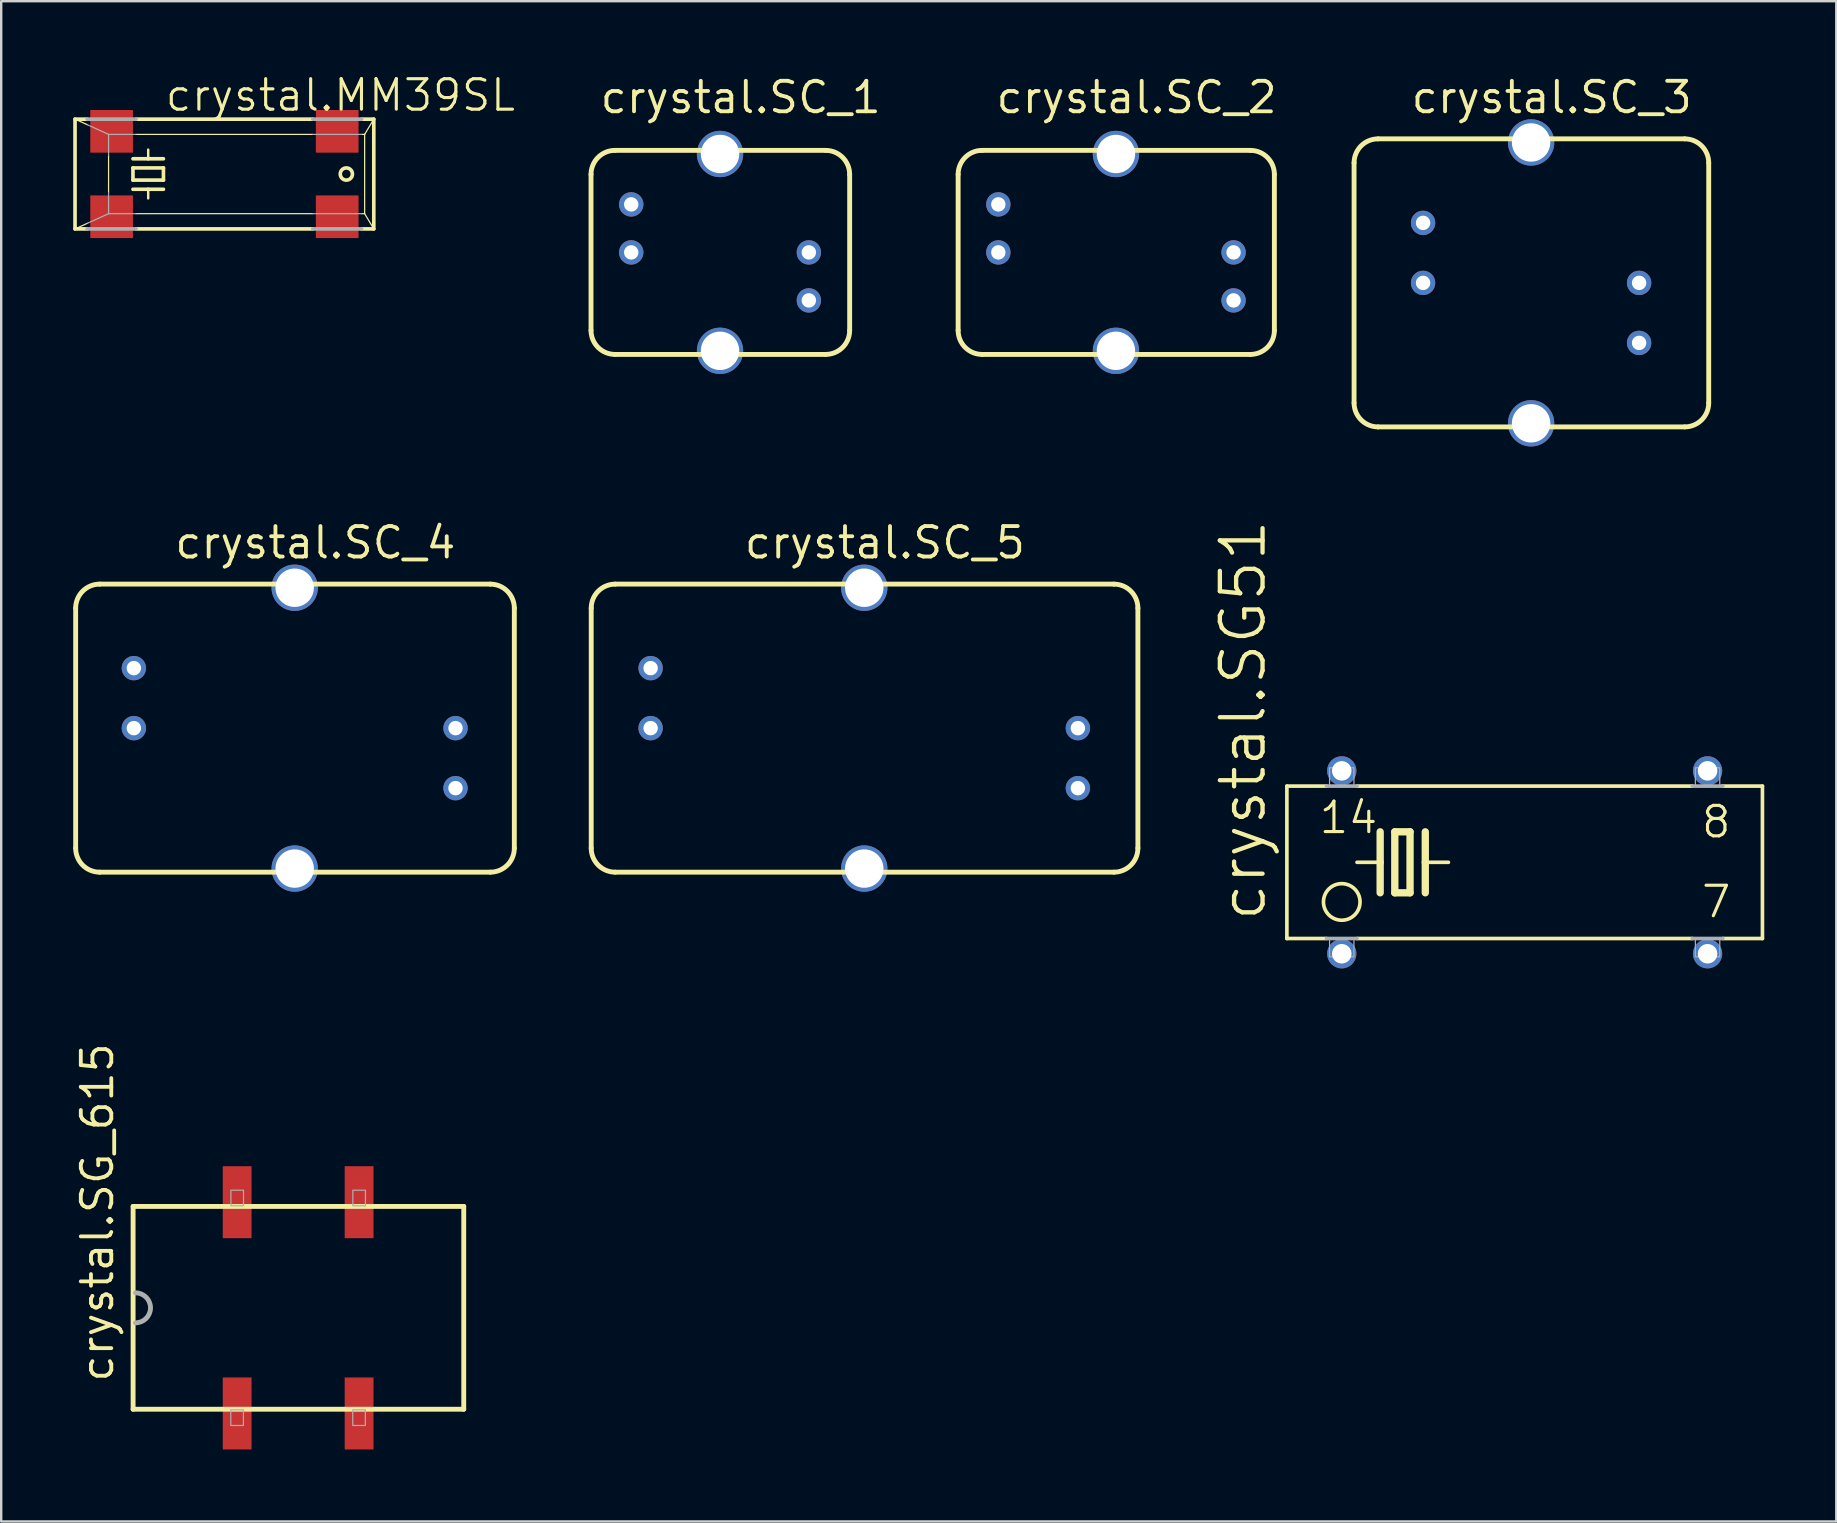
<source format=kicad_pcb>
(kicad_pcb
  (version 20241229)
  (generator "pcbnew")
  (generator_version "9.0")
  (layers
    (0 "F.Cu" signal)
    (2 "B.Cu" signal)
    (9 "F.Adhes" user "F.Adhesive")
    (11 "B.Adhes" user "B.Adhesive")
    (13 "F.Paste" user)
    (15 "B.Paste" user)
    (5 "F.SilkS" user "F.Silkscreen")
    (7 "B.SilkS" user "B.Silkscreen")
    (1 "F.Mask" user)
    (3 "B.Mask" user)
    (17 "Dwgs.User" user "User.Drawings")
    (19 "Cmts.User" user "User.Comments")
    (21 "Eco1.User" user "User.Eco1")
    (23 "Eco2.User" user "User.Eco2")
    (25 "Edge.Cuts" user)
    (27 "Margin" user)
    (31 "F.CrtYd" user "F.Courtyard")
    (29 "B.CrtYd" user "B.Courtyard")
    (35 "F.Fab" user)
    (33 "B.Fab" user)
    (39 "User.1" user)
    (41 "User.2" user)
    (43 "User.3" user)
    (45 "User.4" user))
  (footprint "crystal.SC_4"
    (layer "F.Cu")
    (at 9.227 27.285)
    (property "Reference" "crystal.SC_4" (at -5.08 -6.985 0) (layer "F.SilkS") (effects (font (size 1.27 1.27) (thickness 0.16)) (justify left bottom)))
    (attr through_hole)
    (fp_line (start -9.125 -5) (end -9.125 5) (stroke (width 0.203) (type default)) (layer "F.SilkS"))
    (fp_line (start -8.125 6) (end 8.15 6) (stroke (width 0.203) (type default)) (layer "F.SilkS"))
    (fp_line (start 8.15 -6) (end -8.125 -6) (stroke (width 0.203) (type default)) (layer "F.SilkS"))
    (fp_line (start 9.15 5) (end 9.15 -5) (stroke (width 0.203) (type default)) (layer "F.SilkS"))
    (fp_arc (start -9.125 -5) (mid -8.832107 -5.707107) (end -8.125 -6) (stroke (width 0.2032) (type default)) (layer "F.SilkS"))
    (fp_arc (start -8.125 6) (mid -8.832107 5.707107) (end -9.125 5) (stroke (width 0.2032) (type default)) (layer "F.SilkS"))
    (fp_arc (start 8.15 -6) (mid 8.857107 -5.707107) (end 9.15 -5) (stroke (width 0.2032) (type default)) (layer "F.SilkS"))
    (fp_arc (start 9.15 5) (mid 8.857107 5.707107) (end 8.15 6) (stroke (width 0.2032) (type default)) (layer "F.SilkS"))
    (pad "1" thru_hole circle (at -6.7 -2.5) (size 1.016 1.016) (drill 0.6) (layers "*.Cu" "*.Mask"))
    (pad "2" thru_hole circle (at -6.7 0) (size 1.016 1.016) (drill 0.6) (layers "*.Cu" "*.Mask"))
    (pad "3" thru_hole circle (at 6.7 0 180) (size 1.016 1.016) (drill 0.6) (layers "*.Cu" "*.Mask"))
    (pad "4" thru_hole circle (at 6.7 2.5 180) (size 1.016 1.016) (drill 0.6) (layers "*.Cu" "*.Mask"))
    (pad "S@1" thru_hole circle (at 0 -5.85) (size 1.93 1.93) (drill 1.6) (layers "*.Cu" "*.Mask"))
    (pad "S@2" thru_hole circle (at 0 5.85) (size 1.93 1.93) (drill 1.6) (layers "*.Cu" "*.Mask")))
  (footprint "crystal.SG_615"
    (layer "F.Cu")
    (at 9.37 51.435)
    (property "Reference" "crystal.SG_615" (at -7.62 3.175 90) (layer "F.SilkS") (effects (font (size 1.27 1.27) (thickness 0.16)) (justify left bottom)))
    (attr smd)
    (fp_line (start -6.875 -4.225) (end 6.9 -4.225) (stroke (width 0.203) (type default)) (layer "F.SilkS"))
    (fp_line (start -6.875 4.225) (end -6.875 -4.225) (stroke (width 0.203) (type default)) (layer "F.SilkS"))
    (fp_line (start 6.9 -4.225) (end 6.9 4.225) (stroke (width 0.203) (type default)) (layer "F.SilkS"))
    (fp_line (start 6.9 4.225) (end -6.875 4.225) (stroke (width 0.203) (type default)) (layer "F.SilkS"))
    (fp_rect (start -2.805 4.9) (end -2.28 4.25) (stroke (width 0.05) (type default)) (fill no) (layer "F.Fab"))
    (fp_rect (start -2.8 -4.25) (end -2.275 -4.9) (stroke (width 0.05) (type default)) (fill no) (layer "F.Fab"))
    (fp_rect (start 2.275 4.9) (end 2.8 4.25) (stroke (width 0.05) (type default)) (fill no) (layer "F.Fab"))
    (fp_rect (start 2.28 -4.25) (end 2.805 -4.9) (stroke (width 0.05) (type default)) (fill no) (layer "F.Fab"))
    (fp_arc (start -6.775 -0.625) (mid -6.15 0) (end -6.775 0.625) (stroke (width 0.2032) (type default)) (layer "F.Fab"))
    (pad "1" smd roundrect (at -2.54 4.4 90) (size 3 1.2) (layers "F.Cu" "F.Mask" "F.Paste") (roundrect_rratio 0.01))
    (pad "2" smd roundrect (at 2.54 4.4 270) (size 3 1.2) (layers "F.Cu" "F.Mask" "F.Paste") (roundrect_rratio 0.01))
    (pad "3" smd roundrect (at 2.54 -4.4 270) (size 3 1.2) (layers "F.Cu" "F.Mask" "F.Paste") (roundrect_rratio 0.01))
    (pad "4" smd roundrect (at -2.54 -4.4 90) (size 3 1.2) (layers "F.Cu" "F.Mask" "F.Paste") (roundrect_rratio 0.01)))
  (footprint "crystal.SC_1"
    (layer "F.Cu")
    (at 26.947 7.465)
    (property "Reference" "crystal.SC_1" (at -5.08 -5.715 0) (layer "F.SilkS") (effects (font (size 1.27 1.27) (thickness 0.16)) (justify left bottom)))
    (attr through_hole)
    (fp_line (start -5.375 -3.25) (end -5.375 3.25) (stroke (width 0.203) (type default)) (layer "F.SilkS"))
    (fp_line (start -4.375 4.25) (end 4.4 4.25) (stroke (width 0.203) (type default)) (layer "F.SilkS"))
    (fp_line (start 4.4 -4.25) (end -4.375 -4.25) (stroke (width 0.203) (type default)) (layer "F.SilkS"))
    (fp_line (start 5.4 3.25) (end 5.4 -3.25) (stroke (width 0.203) (type default)) (layer "F.SilkS"))
    (fp_arc (start -5.375 -3.25) (mid -5.082107 -3.957107) (end -4.375 -4.25) (stroke (width 0.2032) (type default)) (layer "F.SilkS"))
    (fp_arc (start -4.375 4.25) (mid -5.082107 3.957107) (end -5.375 3.25) (stroke (width 0.2032) (type default)) (layer "F.SilkS"))
    (fp_arc (start 4.4 -4.25) (mid 5.107107 -3.957107) (end 5.4 -3.25) (stroke (width 0.2032) (type default)) (layer "F.SilkS"))
    (fp_arc (start 5.4 3.25) (mid 5.107107 3.957107) (end 4.4 4.25) (stroke (width 0.2032) (type default)) (layer "F.SilkS"))
    (pad "1" thru_hole circle (at -3.7 -2) (size 1.016 1.016) (drill 0.6) (layers "*.Cu" "*.Mask"))
    (pad "2" thru_hole circle (at -3.7 0) (size 1.016 1.016) (drill 0.6) (layers "*.Cu" "*.Mask"))
    (pad "3" thru_hole circle (at 3.7 0 180) (size 1.016 1.016) (drill 0.6) (layers "*.Cu" "*.Mask"))
    (pad "4" thru_hole circle (at 3.7 2 180) (size 1.016 1.016) (drill 0.6) (layers "*.Cu" "*.Mask"))
    (pad "S@1" thru_hole circle (at 0 -4.1) (size 1.93 1.93) (drill 1.6) (layers "*.Cu" "*.Mask"))
    (pad "S@2" thru_hole circle (at 0 4.1) (size 1.93 1.93) (drill 1.6) (layers "*.Cu" "*.Mask")))
  (footprint "crystal.SG51"
    (layer "F.Cu")
    (at 60.468 32.874)
    (property "Reference" "crystal.SG51" (at -10.693 2.54 90) (layer "F.SilkS") (effects (font (size 1.778 1.778) (thickness 0.18)) (justify left bottom)))
    (attr through_hole)
    (fp_line (start -9.906 -3.175) (end -9.906 3.175) (stroke (width 0.152) (type default)) (layer "F.SilkS"))
    (fp_line (start -9.906 -3.175) (end -8.255 -3.175) (stroke (width 0.152) (type default)) (layer "F.SilkS"))
    (fp_line (start -9.906 3.175) (end -8.255 3.175) (stroke (width 0.152) (type default)) (layer "F.SilkS"))
    (fp_line (start -6.985 -3.175) (end 6.985 -3.175) (stroke (width 0.152) (type default)) (layer "F.SilkS"))
    (fp_line (start -6.985 3.175) (end 6.985 3.175) (stroke (width 0.152) (type default)) (layer "F.SilkS"))
    (fp_line (start -6.02 -1.27) (end -6.02 0) (stroke (width 0.305) (type default)) (layer "F.SilkS"))
    (fp_line (start -6.02 0) (end -6.985 0) (stroke (width 0.152) (type default)) (layer "F.SilkS"))
    (fp_line (start -6.02 0) (end -6.02 1.27) (stroke (width 0.305) (type default)) (layer "F.SilkS"))
    (fp_line (start -5.41 -1.27) (end -5.41 1.27) (stroke (width 0.305) (type default)) (layer "F.SilkS"))
    (fp_line (start -5.41 1.27) (end -4.775 1.27) (stroke (width 0.305) (type default)) (layer "F.SilkS"))
    (fp_line (start -4.775 -1.27) (end -5.41 -1.27) (stroke (width 0.305) (type default)) (layer "F.SilkS"))
    (fp_line (start -4.775 1.27) (end -4.775 -1.27) (stroke (width 0.305) (type default)) (layer "F.SilkS"))
    (fp_line (start -4.14 -1.27) (end -4.14 0) (stroke (width 0.305) (type default)) (layer "F.SilkS"))
    (fp_line (start -4.14 0) (end -4.14 1.27) (stroke (width 0.305) (type default)) (layer "F.SilkS"))
    (fp_line (start -4.14 0) (end -3.175 0) (stroke (width 0.152) (type default)) (layer "F.SilkS"))
    (fp_line (start 9.906 -3.175) (end 8.255 -3.175) (stroke (width 0.152) (type default)) (layer "F.SilkS"))
    (fp_line (start 9.906 3.175) (end 8.255 3.175) (stroke (width 0.152) (type default)) (layer "F.SilkS"))
    (fp_line (start 9.906 3.175) (end 9.906 -3.175) (stroke (width 0.152) (type default)) (layer "F.SilkS"))
    (fp_circle (center -7.62 1.651) (end -6.858 1.651) (stroke (width 0.152) (type default)) (fill no) (layer "F.SilkS"))
    (fp_line (start -6.985 -3.175) (end -8.255 -3.175) (stroke (width 0.152) (type default)) (layer "F.Fab"))
    (fp_line (start -6.985 3.175) (end -8.255 3.175) (stroke (width 0.152) (type default)) (layer "F.Fab"))
    (fp_line (start 8.255 -3.175) (end 6.985 -3.175) (stroke (width 0.152) (type default)) (layer "F.Fab"))
    (fp_line (start 8.255 3.175) (end 6.985 3.175) (stroke (width 0.152) (type default)) (layer "F.Fab"))
    (fp_rect (start -8.128 -3.175) (end -7.112 -3.937) (stroke (width 0.05) (type default)) (fill no) (layer "F.Fab"))
    (fp_rect (start -8.128 3.937) (end -7.112 3.175) (stroke (width 0.05) (type default)) (fill no) (layer "F.Fab"))
    (fp_rect (start 7.112 -3.175) (end 8.128 -3.937) (stroke (width 0.05) (type default)) (fill no) (layer "F.Fab"))
    (fp_rect (start 7.112 3.937) (end 8.128 3.175) (stroke (width 0.05) (type default)) (fill no) (layer "F.Fab"))
    (fp_text user "7" (at 7.29 2.388 0) (layer "F.SilkS") (effects (font (size 1.27 1.27) (thickness 0.13)) (justify left bottom)))
    (fp_text user "8" (at 7.29 -0.94 0) (layer "F.SilkS") (effects (font (size 1.27 1.27) (thickness 0.13)) (justify left bottom)))
    (fp_text user "14" (at -8.636 -1.118 0) (layer "F.SilkS") (effects (font (size 1.27 1.27) (thickness 0.13)) (justify left bottom)))
    (pad "1" thru_hole circle (at -7.62 3.81) (size 1.219 1.219) (drill 0.813) (layers "*.Cu" "*.Mask"))
    (pad "7" thru_hole circle (at 7.62 3.81) (size 1.219 1.219) (drill 0.813) (layers "*.Cu" "*.Mask"))
    (pad "8" thru_hole circle (at 7.62 -3.81) (size 1.219 1.219) (drill 0.813) (layers "*.Cu" "*.Mask"))
    (pad "14" thru_hole circle (at -7.62 -3.81) (size 1.219 1.219) (drill 0.813) (layers "*.Cu" "*.Mask")))
  (footprint "crystal.SC_5"
    (layer "F.Cu")
    (at 32.955 27.285)
    (property "Reference" "crystal.SC_5" (at -5.08 -6.985 0) (layer "F.SilkS") (effects (font (size 1.27 1.27) (thickness 0.16)) (justify left bottom)))
    (attr through_hole)
    (fp_line (start -11.375 -5) (end -11.375 5) (stroke (width 0.203) (type default)) (layer "F.SilkS"))
    (fp_line (start -10.375 6) (end 10.4 6) (stroke (width 0.203) (type default)) (layer "F.SilkS"))
    (fp_line (start 10.4 -6) (end -10.375 -6) (stroke (width 0.203) (type default)) (layer "F.SilkS"))
    (fp_line (start 11.4 5) (end 11.4 -5) (stroke (width 0.203) (type default)) (layer "F.SilkS"))
    (fp_arc (start -11.375 -5) (mid -11.082107 -5.707107) (end -10.375 -6) (stroke (width 0.2032) (type default)) (layer "F.SilkS"))
    (fp_arc (start -10.375 6) (mid -11.082107 5.707107) (end -11.375 5) (stroke (width 0.2032) (type default)) (layer "F.SilkS"))
    (fp_arc (start 10.4 -6) (mid 11.107107 -5.707107) (end 11.4 -5) (stroke (width 0.2032) (type default)) (layer "F.SilkS"))
    (fp_arc (start 11.4 5) (mid 11.107107 5.707107) (end 10.4 6) (stroke (width 0.2032) (type default)) (layer "F.SilkS"))
    (pad "1" thru_hole circle (at -8.9 -2.5) (size 1.016 1.016) (drill 0.6) (layers "*.Cu" "*.Mask"))
    (pad "2" thru_hole circle (at -8.9 0) (size 1.016 1.016) (drill 0.6) (layers "*.Cu" "*.Mask"))
    (pad "3" thru_hole circle (at 8.9 0 180) (size 1.016 1.016) (drill 0.6) (layers "*.Cu" "*.Mask"))
    (pad "4" thru_hole circle (at 8.9 2.5 180) (size 1.016 1.016) (drill 0.6) (layers "*.Cu" "*.Mask"))
    (pad "S@1" thru_hole circle (at 0 -5.85) (size 1.93 1.93) (drill 1.6) (layers "*.Cu" "*.Mask"))
    (pad "S@2" thru_hole circle (at 0 5.85) (size 1.93 1.93) (drill 1.6) (layers "*.Cu" "*.Mask")))
  (footprint "crystal.MM39SL"
    (layer "F.Cu")
    (at 6.299 4.2)
    (property "Reference" "crystal.MM39SL" (at -2.54 -2.54 0) (layer "F.SilkS") (effects (font (size 1.27 1.27) (thickness 0.13)) (justify left bottom)))
    (attr smd)
    (fp_line (start -6.223 -2.286) (end -5.715 -2.286) (stroke (width 0.152) (type default)) (layer "F.SilkS"))
    (fp_line (start -6.223 2.286) (end -6.223 -2.286) (stroke (width 0.152) (type default)) (layer "F.SilkS"))
    (fp_line (start -6.223 2.286) (end -5.715 2.286) (stroke (width 0.152) (type default)) (layer "F.SilkS"))
    (fp_line (start -5.715 -2.055) (end -6.223 -2.286) (stroke (width 0.051) (type default)) (layer "F.SilkS"))
    (fp_line (start -5.715 2.055) (end -6.223 2.286) (stroke (width 0.051) (type default)) (layer "F.SilkS"))
    (fp_line (start -4.826 -0.762) (end -4.826 0.762) (stroke (width 0.051) (type default)) (layer "F.SilkS"))
    (fp_line (start -3.81 -0.635) (end -3.175 -0.635) (stroke (width 0.152) (type default)) (layer "F.SilkS"))
    (fp_line (start -3.81 -0.254) (end -3.81 0.254) (stroke (width 0.152) (type default)) (layer "F.SilkS"))
    (fp_line (start -3.81 0.254) (end -2.54 0.254) (stroke (width 0.152) (type default)) (layer "F.SilkS"))
    (fp_line (start -3.81 0.635) (end -3.175 0.635) (stroke (width 0.152) (type default)) (layer "F.SilkS"))
    (fp_line (start -3.683 -2.286) (end 3.683 -2.286) (stroke (width 0.152) (type default)) (layer "F.SilkS"))
    (fp_line (start -3.683 1.651) (end 3.683 1.651) (stroke (width 0.051) (type default)) (layer "F.SilkS"))
    (fp_line (start -3.683 2.286) (end 3.683 2.286) (stroke (width 0.152) (type default)) (layer "F.SilkS"))
    (fp_line (start -3.175 -0.635) (end -3.175 -1.016) (stroke (width 0.102) (type default)) (layer "F.SilkS"))
    (fp_line (start -3.175 -0.635) (end -2.54 -0.635) (stroke (width 0.152) (type default)) (layer "F.SilkS"))
    (fp_line (start -3.175 0.635) (end -3.175 1.016) (stroke (width 0.102) (type default)) (layer "F.SilkS"))
    (fp_line (start -3.175 0.635) (end -2.54 0.635) (stroke (width 0.152) (type default)) (layer "F.SilkS"))
    (fp_line (start -2.54 -0.254) (end -3.81 -0.254) (stroke (width 0.152) (type default)) (layer "F.SilkS"))
    (fp_line (start -2.54 0.254) (end -2.54 -0.254) (stroke (width 0.152) (type default)) (layer "F.SilkS"))
    (fp_line (start 3.683 -1.651) (end -3.683 -1.651) (stroke (width 0.051) (type default)) (layer "F.SilkS"))
    (fp_line (start 5.715 -2.286) (end 6.223 -2.286) (stroke (width 0.152) (type default)) (layer "F.SilkS"))
    (fp_line (start 5.715 1.651) (end 5.842 1.651) (stroke (width 0.051) (type default)) (layer "F.SilkS"))
    (fp_line (start 5.715 2.286) (end 6.223 2.286) (stroke (width 0.152) (type default)) (layer "F.SilkS"))
    (fp_line (start 5.842 -1.651) (end 5.715 -1.651) (stroke (width 0.051) (type default)) (layer "F.SilkS"))
    (fp_line (start 5.842 -1.651) (end 6.223 -2.286) (stroke (width 0.051) (type default)) (layer "F.SilkS"))
    (fp_line (start 5.842 1.651) (end 5.842 -1.651) (stroke (width 0.051) (type default)) (layer "F.SilkS"))
    (fp_line (start 5.842 1.651) (end 6.223 2.286) (stroke (width 0.051) (type default)) (layer "F.SilkS"))
    (fp_line (start 6.223 2.286) (end 6.223 -2.286) (stroke (width 0.152) (type default)) (layer "F.SilkS"))
    (fp_circle (center 5.08 0) (end 5.334 0) (stroke (width 0.152) (type default)) (fill no) (layer "F.SilkS"))
    (fp_line (start -5.715 -2.286) (end -3.683 -2.286) (stroke (width 0.152) (type default)) (layer "F.Fab"))
    (fp_line (start -5.715 2.286) (end -3.683 2.286) (stroke (width 0.152) (type default)) (layer "F.Fab"))
    (fp_line (start -4.826 -1.651) (end -5.715 -2.055) (stroke (width 0.051) (type default)) (layer "F.Fab"))
    (fp_line (start -4.826 -1.651) (end -4.826 -0.762) (stroke (width 0.051) (type default)) (layer "F.Fab"))
    (fp_line (start -4.826 0.762) (end -4.826 1.651) (stroke (width 0.051) (type default)) (layer "F.Fab"))
    (fp_line (start -4.826 1.651) (end -5.715 2.055) (stroke (width 0.051) (type default)) (layer "F.Fab"))
    (fp_line (start -4.826 1.651) (end -3.683 1.651) (stroke (width 0.051) (type default)) (layer "F.Fab"))
    (fp_line (start -3.683 -1.651) (end -4.826 -1.651) (stroke (width 0.051) (type default)) (layer "F.Fab"))
    (fp_line (start 3.683 -2.286) (end 5.715 -2.286) (stroke (width 0.152) (type default)) (layer "F.Fab"))
    (fp_line (start 3.683 1.651) (end 5.715 1.651) (stroke (width 0.051) (type default)) (layer "F.Fab"))
    (fp_line (start 3.683 2.286) (end 5.715 2.286) (stroke (width 0.152) (type default)) (layer "F.Fab"))
    (fp_line (start 5.715 -1.651) (end 3.683 -1.651) (stroke (width 0.051) (type default)) (layer "F.Fab"))
    (pad "1" smd roundrect (at -4.699 1.778) (size 1.778 1.778) (layers "F.Cu" "F.Mask" "F.Paste") (roundrect_rratio 0.01))
    (pad "2" smd roundrect (at 4.699 1.778) (size 1.778 1.778) (layers "F.Cu" "F.Mask" "F.Paste") (roundrect_rratio 0.01))
    (pad "3" smd roundrect (at 4.699 -1.778) (size 1.778 1.778) (layers "F.Cu" "F.Mask" "F.Paste") (roundrect_rratio 0.01))
    (pad "4" smd roundrect (at -4.699 -1.778) (size 1.778 1.778) (layers "F.Cu" "F.Mask" "F.Paste") (roundrect_rratio 0.01)))
  (footprint "crystal.SC_3"
    (layer "F.Cu")
    (at 60.736 8.735)
    (property "Reference" "crystal.SC_3" (at -5.08 -6.985 0) (layer "F.SilkS") (effects (font (size 1.27 1.27) (thickness 0.16)) (justify left bottom)))
    (attr through_hole)
    (fp_line (start -7.375 -5) (end -7.375 5) (stroke (width 0.203) (type default)) (layer "F.SilkS"))
    (fp_line (start -6.375 6) (end 6.4 6) (stroke (width 0.203) (type default)) (layer "F.SilkS"))
    (fp_line (start 6.4 -6) (end -6.375 -6) (stroke (width 0.203) (type default)) (layer "F.SilkS"))
    (fp_line (start 7.4 5) (end 7.4 -5) (stroke (width 0.203) (type default)) (layer "F.SilkS"))
    (fp_arc (start -7.375 -5) (mid -7.082107 -5.707107) (end -6.375 -6) (stroke (width 0.2032) (type default)) (layer "F.SilkS"))
    (fp_arc (start -6.375 6) (mid -7.082107 5.707107) (end -7.375 5) (stroke (width 0.2032) (type default)) (layer "F.SilkS"))
    (fp_arc (start 6.4 -6) (mid 7.107107 -5.707107) (end 7.4 -5) (stroke (width 0.2032) (type default)) (layer "F.SilkS"))
    (fp_arc (start 7.4 5) (mid 7.107107 5.707107) (end 6.4 6) (stroke (width 0.2032) (type default)) (layer "F.SilkS"))
    (pad "1" thru_hole circle (at -4.5 -2.5) (size 1.016 1.016) (drill 0.6) (layers "*.Cu" "*.Mask"))
    (pad "2" thru_hole circle (at -4.5 0) (size 1.016 1.016) (drill 0.6) (layers "*.Cu" "*.Mask"))
    (pad "3" thru_hole circle (at 4.5 0 180) (size 1.016 1.016) (drill 0.6) (layers "*.Cu" "*.Mask"))
    (pad "4" thru_hole circle (at 4.5 2.5 180) (size 1.016 1.016) (drill 0.6) (layers "*.Cu" "*.Mask"))
    (pad "S@1" thru_hole circle (at 0 -5.85) (size 1.93 1.93) (drill 1.6) (layers "*.Cu" "*.Mask"))
    (pad "S@2" thru_hole circle (at 0 5.85) (size 1.93 1.93) (drill 1.6) (layers "*.Cu" "*.Mask")))
  (footprint "crystal.SC_2"
    (layer "F.Cu")
    (at 43.441 7.465)
    (property "Reference" "crystal.SC_2" (at -5.08 -5.715 0) (layer "F.SilkS") (effects (font (size 1.27 1.27) (thickness 0.16)) (justify left bottom)))
    (attr through_hole)
    (fp_line (start -6.575 -3.25) (end -6.575 3.25) (stroke (width 0.203) (type default)) (layer "F.SilkS"))
    (fp_line (start -5.575 4.25) (end 5.6 4.25) (stroke (width 0.203) (type default)) (layer "F.SilkS"))
    (fp_line (start 5.6 -4.25) (end -5.575 -4.25) (stroke (width 0.203) (type default)) (layer "F.SilkS"))
    (fp_line (start 6.6 3.25) (end 6.6 -3.25) (stroke (width 0.203) (type default)) (layer "F.SilkS"))
    (fp_arc (start -6.575 -3.25) (mid -6.282107 -3.957107) (end -5.575 -4.25) (stroke (width 0.2032) (type default)) (layer "F.SilkS"))
    (fp_arc (start -5.575 4.25) (mid -6.282107 3.957107) (end -6.575 3.25) (stroke (width 0.2032) (type default)) (layer "F.SilkS"))
    (fp_arc (start 5.6 -4.25) (mid 6.307107 -3.957107) (end 6.6 -3.25) (stroke (width 0.2032) (type default)) (layer "F.SilkS"))
    (fp_arc (start 6.6 3.25) (mid 6.307107 3.957107) (end 5.6 4.25) (stroke (width 0.2032) (type default)) (layer "F.SilkS"))
    (pad "1" thru_hole circle (at -4.9 -2) (size 1.016 1.016) (drill 0.6) (layers "*.Cu" "*.Mask"))
    (pad "2" thru_hole circle (at -4.9 0) (size 1.016 1.016) (drill 0.6) (layers "*.Cu" "*.Mask"))
    (pad "3" thru_hole circle (at 4.9 0 180) (size 1.016 1.016) (drill 0.6) (layers "*.Cu" "*.Mask"))
    (pad "4" thru_hole circle (at 4.9 2 180) (size 1.016 1.016) (drill 0.6) (layers "*.Cu" "*.Mask"))
    (pad "S@1" thru_hole circle (at 0 -4.1) (size 1.93 1.93) (drill 1.6) (layers "*.Cu" "*.Mask"))
    (pad "S@2" thru_hole circle (at 0 4.1) (size 1.93 1.93) (drill 1.6) (layers "*.Cu" "*.Mask")))
  (gr_rect
    (start -3 -3)
    (end 73.45 60.335)
    (stroke (width 0.1) (type default))
    (fill no)
    (layer "Edge.Cuts")))
</source>
